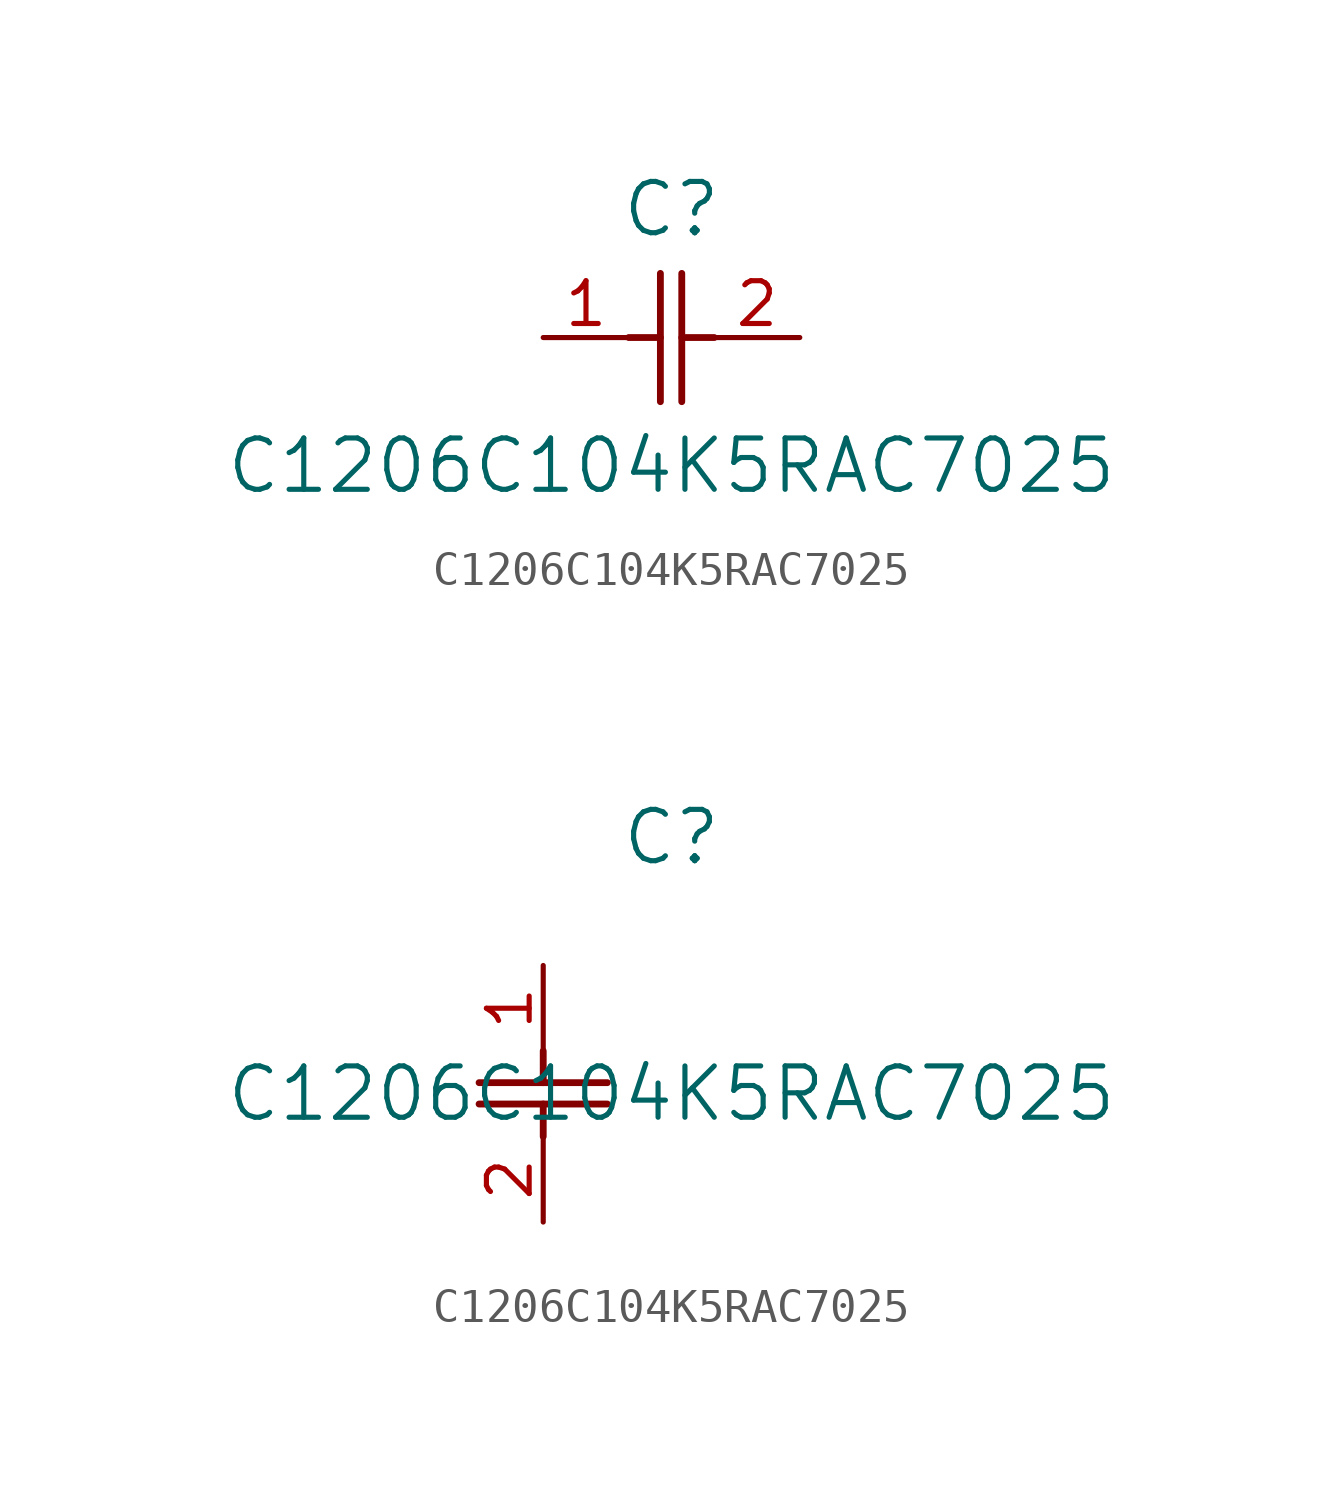
<source format=kicad_sym>
(kicad_symbol_lib
  (version 20211014)
  (generator kicad_symbol_editor)
  (symbol "C1206C104K5RAC7025"
    (pin_names
      (offset 0.254))
    (property "Reference" "C"
      (at 3.81 3.81 0)
      (effects (font (size 1.524 1.524))))
    (property "Value" "C1206C104K5RAC7025"
      (at 3.81 -3.81 0)
      (effects (font (size 1.524 1.524))))
    (symbol "C1206C104K5RAC7025_1_1"
      (polyline (pts (xy 3.48 -1.905) (xy 3.48 1.905)) (stroke (width 0.203) (type default) (color 0 0 0 0)) (fill (type none)))
      (polyline (pts (xy 4.115 -1.905) (xy 4.115 1.905)) (stroke (width 0.203) (type default) (color 0 0 0 0)) (fill (type none)))
      (polyline (pts (xy 4.115 0) (xy 5.08 0)) (stroke (width 0.203) (type default) (color 0 0 0 0)) (fill (type none)))
      (polyline (pts (xy 2.54 0) (xy 3.48 0)) (stroke (width 0.203) (type default) (color 0 0 0 0)) (fill (type none)))
      (pin unspecified line (at 0 0 0) (length 2.54) (name "" (effects (font (size 1.27 1.27)))) (number "1" (effects (font (size 1.27 1.27)))))
      (pin unspecified line (at 7.62 0 180) (length 2.54) (name "" (effects (font (size 1.27 1.27)))) (number "2" (effects (font (size 1.27 1.27))))))
    (symbol "C1206C104K5RAC7025_1_2"
      (polyline (pts (xy -1.905 -3.48) (xy 1.905 -3.48)) (stroke (width 0.203) (type default) (color 0 0 0 0)) (fill (type none)))
      (polyline (pts (xy -1.905 -4.115) (xy 1.905 -4.115)) (stroke (width 0.203) (type default) (color 0 0 0 0)) (fill (type none)))
      (polyline (pts (xy 0 -4.115) (xy 0 -5.08)) (stroke (width 0.203) (type default) (color 0 0 0 0)) (fill (type none)))
      (polyline (pts (xy 0 -2.54) (xy 0 -3.48)) (stroke (width 0.203) (type default) (color 0 0 0 0)) (fill (type none)))
      (pin unspecified line (at 0 0 270) (length 2.54) (name "" (effects (font (size 1.27 1.27)))) (number "1" (effects (font (size 1.27 1.27)))))
      (pin unspecified line (at 0 -7.62 90) (length 2.54) (name "" (effects (font (size 1.27 1.27)))) (number "2" (effects (font (size 1.27 1.27))))))))
</source>
